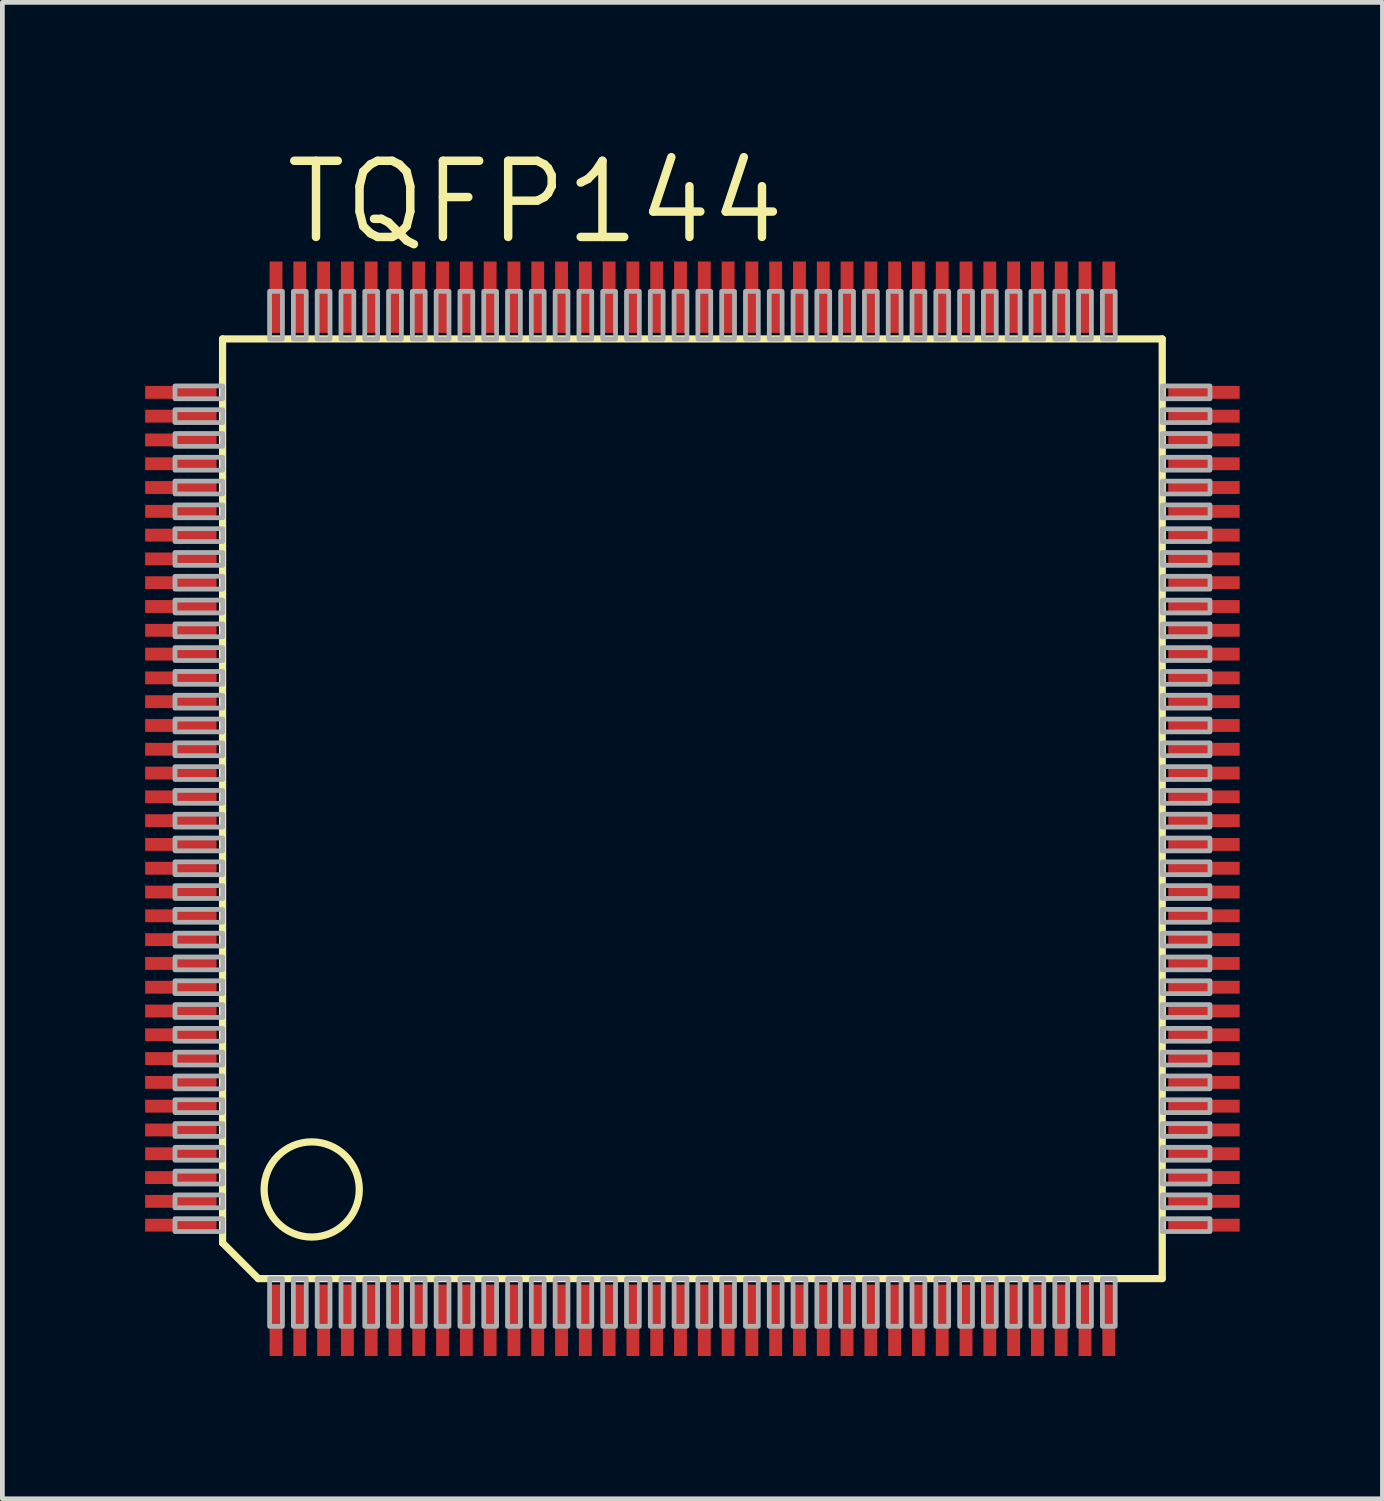
<source format=kicad_pcb>
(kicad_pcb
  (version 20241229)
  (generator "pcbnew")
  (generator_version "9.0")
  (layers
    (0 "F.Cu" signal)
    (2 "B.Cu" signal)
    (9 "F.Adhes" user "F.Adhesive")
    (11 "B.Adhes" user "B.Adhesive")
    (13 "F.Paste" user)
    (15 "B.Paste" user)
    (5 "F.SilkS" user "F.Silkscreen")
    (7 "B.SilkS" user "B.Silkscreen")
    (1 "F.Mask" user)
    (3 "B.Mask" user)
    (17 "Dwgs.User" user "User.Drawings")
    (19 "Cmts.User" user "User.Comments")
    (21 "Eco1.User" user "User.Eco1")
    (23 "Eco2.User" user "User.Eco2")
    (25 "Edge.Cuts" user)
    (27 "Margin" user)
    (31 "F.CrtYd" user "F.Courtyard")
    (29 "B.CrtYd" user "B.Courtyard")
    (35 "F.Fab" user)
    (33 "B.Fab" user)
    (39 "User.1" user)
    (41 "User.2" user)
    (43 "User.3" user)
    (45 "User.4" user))
  (footprint "TQFP144"
    (layer "F.Cu")
    (at 11.5 12.675)
    (property "Reference" "TQFP144" (at -8.636 -10.541 0) (unlocked yes) (layer "F.SilkS") (effects (font (size 1.6 1.6) (thickness 0.178)) (justify left bottom)))
    (fp_line (start -9.873 -8.603) (end 9.873 -8.603) (stroke (width 0.152) (type solid)) (layer "F.SilkS"))
    (fp_line (start -9.873 10.393) (end -9.873 -8.603) (stroke (width 0.152) (type solid)) (layer "F.SilkS"))
    (fp_line (start -9.123 11.143) (end -9.873 10.393) (stroke (width 0.152) (type solid)) (layer "F.SilkS"))
    (fp_line (start 9.873 -8.603) (end 9.873 11.143) (stroke (width 0.152) (type solid)) (layer "F.SilkS"))
    (fp_line (start 9.873 11.143) (end -9.123 11.143) (stroke (width 0.152) (type solid)) (layer "F.SilkS"))
    (fp_circle (center -8 9.27) (end -7 9.27) (stroke (width 0.152) (type solid)) (fill no) (layer "F.SilkS"))
    (fp_poly (pts (xy -10.873 -7.345) (xy -9.87 -7.345) (xy -9.87 -7.615) (xy -10.873 -7.615)) (stroke (width 0.1) (type default)) (fill no) (layer "F.Fab"))
    (fp_poly (pts (xy -10.873 -6.845) (xy -9.87 -6.845) (xy -9.87 -7.115) (xy -10.873 -7.115)) (stroke (width 0.1) (type default)) (fill no) (layer "F.Fab"))
    (fp_poly (pts (xy -10.873 -6.345) (xy -9.87 -6.345) (xy -9.87 -6.615) (xy -10.873 -6.615)) (stroke (width 0.1) (type default)) (fill no) (layer "F.Fab"))
    (fp_poly (pts (xy -10.873 -5.845) (xy -9.87 -5.845) (xy -9.87 -6.115) (xy -10.873 -6.115)) (stroke (width 0.1) (type default)) (fill no) (layer "F.Fab"))
    (fp_poly (pts (xy -10.873 -5.345) (xy -9.87 -5.345) (xy -9.87 -5.615) (xy -10.873 -5.615)) (stroke (width 0.1) (type default)) (fill no) (layer "F.Fab"))
    (fp_poly (pts (xy -10.873 -4.845) (xy -9.87 -4.845) (xy -9.87 -5.115) (xy -10.873 -5.115)) (stroke (width 0.1) (type default)) (fill no) (layer "F.Fab"))
    (fp_poly (pts (xy -10.873 -4.345) (xy -9.87 -4.345) (xy -9.87 -4.615) (xy -10.873 -4.615)) (stroke (width 0.1) (type default)) (fill no) (layer "F.Fab"))
    (fp_poly (pts (xy -10.873 -3.845) (xy -9.87 -3.845) (xy -9.87 -4.115) (xy -10.873 -4.115)) (stroke (width 0.1) (type default)) (fill no) (layer "F.Fab"))
    (fp_poly (pts (xy -10.873 -3.345) (xy -9.87 -3.345) (xy -9.87 -3.615) (xy -10.873 -3.615)) (stroke (width 0.1) (type default)) (fill no) (layer "F.Fab"))
    (fp_poly (pts (xy -10.873 -2.845) (xy -9.87 -2.845) (xy -9.87 -3.115) (xy -10.873 -3.115)) (stroke (width 0.1) (type default)) (fill no) (layer "F.Fab"))
    (fp_poly (pts (xy -10.873 -2.345) (xy -9.87 -2.345) (xy -9.87 -2.615) (xy -10.873 -2.615)) (stroke (width 0.1) (type default)) (fill no) (layer "F.Fab"))
    (fp_poly (pts (xy -10.873 -1.845) (xy -9.87 -1.845) (xy -9.87 -2.115) (xy -10.873 -2.115)) (stroke (width 0.1) (type default)) (fill no) (layer "F.Fab"))
    (fp_poly (pts (xy -10.873 -1.345) (xy -9.87 -1.345) (xy -9.87 -1.615) (xy -10.873 -1.615)) (stroke (width 0.1) (type default)) (fill no) (layer "F.Fab"))
    (fp_poly (pts (xy -10.873 -0.845) (xy -9.87 -0.845) (xy -9.87 -1.115) (xy -10.873 -1.115)) (stroke (width 0.1) (type default)) (fill no) (layer "F.Fab"))
    (fp_poly (pts (xy -10.873 -0.345) (xy -9.87 -0.345) (xy -9.87 -0.615) (xy -10.873 -0.615)) (stroke (width 0.1) (type default)) (fill no) (layer "F.Fab"))
    (fp_poly (pts (xy -10.873 0.155) (xy -9.87 0.155) (xy -9.87 -0.115) (xy -10.873 -0.115)) (stroke (width 0.1) (type default)) (fill no) (layer "F.Fab"))
    (fp_poly (pts (xy -10.873 0.655) (xy -9.87 0.655) (xy -9.87 0.385) (xy -10.873 0.385)) (stroke (width 0.1) (type default)) (fill no) (layer "F.Fab"))
    (fp_poly (pts (xy -10.873 1.155) (xy -9.87 1.155) (xy -9.87 0.885) (xy -10.873 0.885)) (stroke (width 0.1) (type default)) (fill no) (layer "F.Fab"))
    (fp_poly (pts (xy -10.873 1.655) (xy -9.87 1.655) (xy -9.87 1.385) (xy -10.873 1.385)) (stroke (width 0.1) (type default)) (fill no) (layer "F.Fab"))
    (fp_poly (pts (xy -10.873 2.155) (xy -9.87 2.155) (xy -9.87 1.885) (xy -10.873 1.885)) (stroke (width 0.1) (type default)) (fill no) (layer "F.Fab"))
    (fp_poly (pts (xy -10.873 2.655) (xy -9.87 2.655) (xy -9.87 2.385) (xy -10.873 2.385)) (stroke (width 0.1) (type default)) (fill no) (layer "F.Fab"))
    (fp_poly (pts (xy -10.873 3.155) (xy -9.87 3.155) (xy -9.87 2.885) (xy -10.873 2.885)) (stroke (width 0.1) (type default)) (fill no) (layer "F.Fab"))
    (fp_poly (pts (xy -10.873 3.655) (xy -9.87 3.655) (xy -9.87 3.385) (xy -10.873 3.385)) (stroke (width 0.1) (type default)) (fill no) (layer "F.Fab"))
    (fp_poly (pts (xy -10.873 4.155) (xy -9.87 4.155) (xy -9.87 3.885) (xy -10.873 3.885)) (stroke (width 0.1) (type default)) (fill no) (layer "F.Fab"))
    (fp_poly (pts (xy -10.873 4.655) (xy -9.87 4.655) (xy -9.87 4.385) (xy -10.873 4.385)) (stroke (width 0.1) (type default)) (fill no) (layer "F.Fab"))
    (fp_poly (pts (xy -10.873 5.155) (xy -9.87 5.155) (xy -9.87 4.885) (xy -10.873 4.885)) (stroke (width 0.1) (type default)) (fill no) (layer "F.Fab"))
    (fp_poly (pts (xy -10.873 5.655) (xy -9.87 5.655) (xy -9.87 5.385) (xy -10.873 5.385)) (stroke (width 0.1) (type default)) (fill no) (layer "F.Fab"))
    (fp_poly (pts (xy -10.873 6.155) (xy -9.87 6.155) (xy -9.87 5.885) (xy -10.873 5.885)) (stroke (width 0.1) (type default)) (fill no) (layer "F.Fab"))
    (fp_poly (pts (xy -10.873 6.655) (xy -9.87 6.655) (xy -9.87 6.385) (xy -10.873 6.385)) (stroke (width 0.1) (type default)) (fill no) (layer "F.Fab"))
    (fp_poly (pts (xy -10.873 7.155) (xy -9.87 7.155) (xy -9.87 6.885) (xy -10.873 6.885)) (stroke (width 0.1) (type default)) (fill no) (layer "F.Fab"))
    (fp_poly (pts (xy -10.873 7.655) (xy -9.87 7.655) (xy -9.87 7.385) (xy -10.873 7.385)) (stroke (width 0.1) (type default)) (fill no) (layer "F.Fab"))
    (fp_poly (pts (xy -10.873 8.155) (xy -9.87 8.155) (xy -9.87 7.885) (xy -10.873 7.885)) (stroke (width 0.1) (type default)) (fill no) (layer "F.Fab"))
    (fp_poly (pts (xy -10.873 8.655) (xy -9.87 8.655) (xy -9.87 8.385) (xy -10.873 8.385)) (stroke (width 0.1) (type default)) (fill no) (layer "F.Fab"))
    (fp_poly (pts (xy -10.873 9.155) (xy -9.87 9.155) (xy -9.87 8.885) (xy -10.873 8.885)) (stroke (width 0.1) (type default)) (fill no) (layer "F.Fab"))
    (fp_poly (pts (xy -10.873 9.655) (xy -9.87 9.655) (xy -9.87 9.385) (xy -10.873 9.385)) (stroke (width 0.1) (type default)) (fill no) (layer "F.Fab"))
    (fp_poly (pts (xy -10.873 10.155) (xy -9.87 10.155) (xy -9.87 9.885) (xy -10.873 9.885)) (stroke (width 0.1) (type default)) (fill no) (layer "F.Fab"))
    (fp_poly (pts (xy -8.885 -8.601) (xy -8.615 -8.601) (xy -8.615 -9.603) (xy -8.885 -9.603)) (stroke (width 0.1) (type default)) (fill no) (layer "F.Fab"))
    (fp_poly (pts (xy -8.885 12.146) (xy -8.615 12.146) (xy -8.615 11.143) (xy -8.885 11.143)) (stroke (width 0.1) (type default)) (fill no) (layer "F.Fab"))
    (fp_poly (pts (xy -8.385 -8.601) (xy -8.115 -8.601) (xy -8.115 -9.603) (xy -8.385 -9.603)) (stroke (width 0.1) (type default)) (fill no) (layer "F.Fab"))
    (fp_poly (pts (xy -8.385 12.146) (xy -8.115 12.146) (xy -8.115 11.143) (xy -8.385 11.143)) (stroke (width 0.1) (type default)) (fill no) (layer "F.Fab"))
    (fp_poly (pts (xy -7.885 -8.601) (xy -7.615 -8.601) (xy -7.615 -9.603) (xy -7.885 -9.603)) (stroke (width 0.1) (type default)) (fill no) (layer "F.Fab"))
    (fp_poly (pts (xy -7.885 12.146) (xy -7.615 12.146) (xy -7.615 11.143) (xy -7.885 11.143)) (stroke (width 0.1) (type default)) (fill no) (layer "F.Fab"))
    (fp_poly (pts (xy -7.385 -8.601) (xy -7.115 -8.601) (xy -7.115 -9.603) (xy -7.385 -9.603)) (stroke (width 0.1) (type default)) (fill no) (layer "F.Fab"))
    (fp_poly (pts (xy -7.385 12.146) (xy -7.115 12.146) (xy -7.115 11.143) (xy -7.385 11.143)) (stroke (width 0.1) (type default)) (fill no) (layer "F.Fab"))
    (fp_poly (pts (xy -6.885 -8.601) (xy -6.615 -8.601) (xy -6.615 -9.603) (xy -6.885 -9.603)) (stroke (width 0.1) (type default)) (fill no) (layer "F.Fab"))
    (fp_poly (pts (xy -6.885 12.146) (xy -6.615 12.146) (xy -6.615 11.143) (xy -6.885 11.143)) (stroke (width 0.1) (type default)) (fill no) (layer "F.Fab"))
    (fp_poly (pts (xy -6.385 -8.601) (xy -6.115 -8.601) (xy -6.115 -9.603) (xy -6.385 -9.603)) (stroke (width 0.1) (type default)) (fill no) (layer "F.Fab"))
    (fp_poly (pts (xy -6.385 12.146) (xy -6.115 12.146) (xy -6.115 11.143) (xy -6.385 11.143)) (stroke (width 0.1) (type default)) (fill no) (layer "F.Fab"))
    (fp_poly (pts (xy -5.885 -8.601) (xy -5.615 -8.601) (xy -5.615 -9.603) (xy -5.885 -9.603)) (stroke (width 0.1) (type default)) (fill no) (layer "F.Fab"))
    (fp_poly (pts (xy -5.885 12.146) (xy -5.615 12.146) (xy -5.615 11.143) (xy -5.885 11.143)) (stroke (width 0.1) (type default)) (fill no) (layer "F.Fab"))
    (fp_poly (pts (xy -5.385 -8.601) (xy -5.115 -8.601) (xy -5.115 -9.603) (xy -5.385 -9.603)) (stroke (width 0.1) (type default)) (fill no) (layer "F.Fab"))
    (fp_poly (pts (xy -5.385 12.146) (xy -5.115 12.146) (xy -5.115 11.143) (xy -5.385 11.143)) (stroke (width 0.1) (type default)) (fill no) (layer "F.Fab"))
    (fp_poly (pts (xy -4.885 -8.601) (xy -4.615 -8.601) (xy -4.615 -9.603) (xy -4.885 -9.603)) (stroke (width 0.1) (type default)) (fill no) (layer "F.Fab"))
    (fp_poly (pts (xy -4.885 12.146) (xy -4.615 12.146) (xy -4.615 11.143) (xy -4.885 11.143)) (stroke (width 0.1) (type default)) (fill no) (layer "F.Fab"))
    (fp_poly (pts (xy -4.385 -8.601) (xy -4.115 -8.601) (xy -4.115 -9.603) (xy -4.385 -9.603)) (stroke (width 0.1) (type default)) (fill no) (layer "F.Fab"))
    (fp_poly (pts (xy -4.385 12.146) (xy -4.115 12.146) (xy -4.115 11.143) (xy -4.385 11.143)) (stroke (width 0.1) (type default)) (fill no) (layer "F.Fab"))
    (fp_poly (pts (xy -3.885 -8.601) (xy -3.615 -8.601) (xy -3.615 -9.603) (xy -3.885 -9.603)) (stroke (width 0.1) (type default)) (fill no) (layer "F.Fab"))
    (fp_poly (pts (xy -3.885 12.146) (xy -3.615 12.146) (xy -3.615 11.143) (xy -3.885 11.143)) (stroke (width 0.1) (type default)) (fill no) (layer "F.Fab"))
    (fp_poly (pts (xy -3.385 -8.601) (xy -3.115 -8.601) (xy -3.115 -9.603) (xy -3.385 -9.603)) (stroke (width 0.1) (type default)) (fill no) (layer "F.Fab"))
    (fp_poly (pts (xy -3.385 12.146) (xy -3.115 12.146) (xy -3.115 11.143) (xy -3.385 11.143)) (stroke (width 0.1) (type default)) (fill no) (layer "F.Fab"))
    (fp_poly (pts (xy -2.885 -8.601) (xy -2.615 -8.601) (xy -2.615 -9.603) (xy -2.885 -9.603)) (stroke (width 0.1) (type default)) (fill no) (layer "F.Fab"))
    (fp_poly (pts (xy -2.885 12.146) (xy -2.615 12.146) (xy -2.615 11.143) (xy -2.885 11.143)) (stroke (width 0.1) (type default)) (fill no) (layer "F.Fab"))
    (fp_poly (pts (xy -2.385 -8.601) (xy -2.115 -8.601) (xy -2.115 -9.603) (xy -2.385 -9.603)) (stroke (width 0.1) (type default)) (fill no) (layer "F.Fab"))
    (fp_poly (pts (xy -2.385 12.146) (xy -2.115 12.146) (xy -2.115 11.143) (xy -2.385 11.143)) (stroke (width 0.1) (type default)) (fill no) (layer "F.Fab"))
    (fp_poly (pts (xy -1.885 -8.601) (xy -1.615 -8.601) (xy -1.615 -9.603) (xy -1.885 -9.603)) (stroke (width 0.1) (type default)) (fill no) (layer "F.Fab"))
    (fp_poly (pts (xy -1.885 12.146) (xy -1.615 12.146) (xy -1.615 11.143) (xy -1.885 11.143)) (stroke (width 0.1) (type default)) (fill no) (layer "F.Fab"))
    (fp_poly (pts (xy -1.385 -8.601) (xy -1.115 -8.601) (xy -1.115 -9.603) (xy -1.385 -9.603)) (stroke (width 0.1) (type default)) (fill no) (layer "F.Fab"))
    (fp_poly (pts (xy -1.385 12.146) (xy -1.115 12.146) (xy -1.115 11.143) (xy -1.385 11.143)) (stroke (width 0.1) (type default)) (fill no) (layer "F.Fab"))
    (fp_poly (pts (xy -0.885 -8.601) (xy -0.615 -8.601) (xy -0.615 -9.603) (xy -0.885 -9.603)) (stroke (width 0.1) (type default)) (fill no) (layer "F.Fab"))
    (fp_poly (pts (xy -0.885 12.146) (xy -0.615 12.146) (xy -0.615 11.143) (xy -0.885 11.143)) (stroke (width 0.1) (type default)) (fill no) (layer "F.Fab"))
    (fp_poly (pts (xy -0.385 -8.601) (xy -0.115 -8.601) (xy -0.115 -9.603) (xy -0.385 -9.603)) (stroke (width 0.1) (type default)) (fill no) (layer "F.Fab"))
    (fp_poly (pts (xy -0.385 12.146) (xy -0.115 12.146) (xy -0.115 11.143) (xy -0.385 11.143)) (stroke (width 0.1) (type default)) (fill no) (layer "F.Fab"))
    (fp_poly (pts (xy 0.115 -8.601) (xy 0.385 -8.601) (xy 0.385 -9.603) (xy 0.115 -9.603)) (stroke (width 0.1) (type default)) (fill no) (layer "F.Fab"))
    (fp_poly (pts (xy 0.115 12.146) (xy 0.385 12.146) (xy 0.385 11.143) (xy 0.115 11.143)) (stroke (width 0.1) (type default)) (fill no) (layer "F.Fab"))
    (fp_poly (pts (xy 0.615 -8.601) (xy 0.885 -8.601) (xy 0.885 -9.603) (xy 0.615 -9.603)) (stroke (width 0.1) (type default)) (fill no) (layer "F.Fab"))
    (fp_poly (pts (xy 0.615 12.146) (xy 0.885 12.146) (xy 0.885 11.143) (xy 0.615 11.143)) (stroke (width 0.1) (type default)) (fill no) (layer "F.Fab"))
    (fp_poly (pts (xy 1.115 -8.601) (xy 1.385 -8.601) (xy 1.385 -9.603) (xy 1.115 -9.603)) (stroke (width 0.1) (type default)) (fill no) (layer "F.Fab"))
    (fp_poly (pts (xy 1.115 12.146) (xy 1.385 12.146) (xy 1.385 11.143) (xy 1.115 11.143)) (stroke (width 0.1) (type default)) (fill no) (layer "F.Fab"))
    (fp_poly (pts (xy 1.615 -8.601) (xy 1.885 -8.601) (xy 1.885 -9.603) (xy 1.615 -9.603)) (stroke (width 0.1) (type default)) (fill no) (layer "F.Fab"))
    (fp_poly (pts (xy 1.615 12.146) (xy 1.885 12.146) (xy 1.885 11.143) (xy 1.615 11.143)) (stroke (width 0.1) (type default)) (fill no) (layer "F.Fab"))
    (fp_poly (pts (xy 2.115 -8.601) (xy 2.385 -8.601) (xy 2.385 -9.603) (xy 2.115 -9.603)) (stroke (width 0.1) (type default)) (fill no) (layer "F.Fab"))
    (fp_poly (pts (xy 2.115 12.146) (xy 2.385 12.146) (xy 2.385 11.143) (xy 2.115 11.143)) (stroke (width 0.1) (type default)) (fill no) (layer "F.Fab"))
    (fp_poly (pts (xy 2.615 -8.601) (xy 2.885 -8.601) (xy 2.885 -9.603) (xy 2.615 -9.603)) (stroke (width 0.1) (type default)) (fill no) (layer "F.Fab"))
    (fp_poly (pts (xy 2.615 12.146) (xy 2.885 12.146) (xy 2.885 11.143) (xy 2.615 11.143)) (stroke (width 0.1) (type default)) (fill no) (layer "F.Fab"))
    (fp_poly (pts (xy 3.115 -8.601) (xy 3.385 -8.601) (xy 3.385 -9.603) (xy 3.115 -9.603)) (stroke (width 0.1) (type default)) (fill no) (layer "F.Fab"))
    (fp_poly (pts (xy 3.115 12.146) (xy 3.385 12.146) (xy 3.385 11.143) (xy 3.115 11.143)) (stroke (width 0.1) (type default)) (fill no) (layer "F.Fab"))
    (fp_poly (pts (xy 3.615 -8.601) (xy 3.885 -8.601) (xy 3.885 -9.603) (xy 3.615 -9.603)) (stroke (width 0.1) (type default)) (fill no) (layer "F.Fab"))
    (fp_poly (pts (xy 3.615 12.146) (xy 3.885 12.146) (xy 3.885 11.143) (xy 3.615 11.143)) (stroke (width 0.1) (type default)) (fill no) (layer "F.Fab"))
    (fp_poly (pts (xy 4.115 -8.601) (xy 4.385 -8.601) (xy 4.385 -9.603) (xy 4.115 -9.603)) (stroke (width 0.1) (type default)) (fill no) (layer "F.Fab"))
    (fp_poly (pts (xy 4.115 12.146) (xy 4.385 12.146) (xy 4.385 11.143) (xy 4.115 11.143)) (stroke (width 0.1) (type default)) (fill no) (layer "F.Fab"))
    (fp_poly (pts (xy 4.615 -8.601) (xy 4.885 -8.601) (xy 4.885 -9.603) (xy 4.615 -9.603)) (stroke (width 0.1) (type default)) (fill no) (layer "F.Fab"))
    (fp_poly (pts (xy 4.615 12.146) (xy 4.885 12.146) (xy 4.885 11.143) (xy 4.615 11.143)) (stroke (width 0.1) (type default)) (fill no) (layer "F.Fab"))
    (fp_poly (pts (xy 5.115 -8.601) (xy 5.385 -8.601) (xy 5.385 -9.603) (xy 5.115 -9.603)) (stroke (width 0.1) (type default)) (fill no) (layer "F.Fab"))
    (fp_poly (pts (xy 5.115 12.146) (xy 5.385 12.146) (xy 5.385 11.143) (xy 5.115 11.143)) (stroke (width 0.1) (type default)) (fill no) (layer "F.Fab"))
    (fp_poly (pts (xy 5.615 -8.601) (xy 5.885 -8.601) (xy 5.885 -9.603) (xy 5.615 -9.603)) (stroke (width 0.1) (type default)) (fill no) (layer "F.Fab"))
    (fp_poly (pts (xy 5.615 12.146) (xy 5.885 12.146) (xy 5.885 11.143) (xy 5.615 11.143)) (stroke (width 0.1) (type default)) (fill no) (layer "F.Fab"))
    (fp_poly (pts (xy 6.115 -8.601) (xy 6.385 -8.601) (xy 6.385 -9.603) (xy 6.115 -9.603)) (stroke (width 0.1) (type default)) (fill no) (layer "F.Fab"))
    (fp_poly (pts (xy 6.115 12.146) (xy 6.385 12.146) (xy 6.385 11.143) (xy 6.115 11.143)) (stroke (width 0.1) (type default)) (fill no) (layer "F.Fab"))
    (fp_poly (pts (xy 6.615 -8.601) (xy 6.885 -8.601) (xy 6.885 -9.603) (xy 6.615 -9.603)) (stroke (width 0.1) (type default)) (fill no) (layer "F.Fab"))
    (fp_poly (pts (xy 6.615 12.146) (xy 6.885 12.146) (xy 6.885 11.143) (xy 6.615 11.143)) (stroke (width 0.1) (type default)) (fill no) (layer "F.Fab"))
    (fp_poly (pts (xy 7.115 -8.601) (xy 7.385 -8.601) (xy 7.385 -9.603) (xy 7.115 -9.603)) (stroke (width 0.1) (type default)) (fill no) (layer "F.Fab"))
    (fp_poly (pts (xy 7.115 12.146) (xy 7.385 12.146) (xy 7.385 11.143) (xy 7.115 11.143)) (stroke (width 0.1) (type default)) (fill no) (layer "F.Fab"))
    (fp_poly (pts (xy 7.615 -8.601) (xy 7.885 -8.601) (xy 7.885 -9.603) (xy 7.615 -9.603)) (stroke (width 0.1) (type default)) (fill no) (layer "F.Fab"))
    (fp_poly (pts (xy 7.615 12.146) (xy 7.885 12.146) (xy 7.885 11.143) (xy 7.615 11.143)) (stroke (width 0.1) (type default)) (fill no) (layer "F.Fab"))
    (fp_poly (pts (xy 8.115 -8.601) (xy 8.385 -8.601) (xy 8.385 -9.603) (xy 8.115 -9.603)) (stroke (width 0.1) (type default)) (fill no) (layer "F.Fab"))
    (fp_poly (pts (xy 8.115 12.146) (xy 8.385 12.146) (xy 8.385 11.143) (xy 8.115 11.143)) (stroke (width 0.1) (type default)) (fill no) (layer "F.Fab"))
    (fp_poly (pts (xy 8.615 -8.601) (xy 8.885 -8.601) (xy 8.885 -9.603) (xy 8.615 -9.603)) (stroke (width 0.1) (type default)) (fill no) (layer "F.Fab"))
    (fp_poly (pts (xy 8.615 12.146) (xy 8.885 12.146) (xy 8.885 11.143) (xy 8.615 11.143)) (stroke (width 0.1) (type default)) (fill no) (layer "F.Fab"))
    (fp_poly (pts (xy 9.873 -7.345) (xy 10.876 -7.345) (xy 10.876 -7.615) (xy 9.873 -7.615)) (stroke (width 0.1) (type default)) (fill no) (layer "F.Fab"))
    (fp_poly (pts (xy 9.873 -6.845) (xy 10.876 -6.845) (xy 10.876 -7.115) (xy 9.873 -7.115)) (stroke (width 0.1) (type default)) (fill no) (layer "F.Fab"))
    (fp_poly (pts (xy 9.873 -6.345) (xy 10.876 -6.345) (xy 10.876 -6.615) (xy 9.873 -6.615)) (stroke (width 0.1) (type default)) (fill no) (layer "F.Fab"))
    (fp_poly (pts (xy 9.873 -5.845) (xy 10.876 -5.845) (xy 10.876 -6.115) (xy 9.873 -6.115)) (stroke (width 0.1) (type default)) (fill no) (layer "F.Fab"))
    (fp_poly (pts (xy 9.873 -5.345) (xy 10.876 -5.345) (xy 10.876 -5.615) (xy 9.873 -5.615)) (stroke (width 0.1) (type default)) (fill no) (layer "F.Fab"))
    (fp_poly (pts (xy 9.873 -4.845) (xy 10.876 -4.845) (xy 10.876 -5.115) (xy 9.873 -5.115)) (stroke (width 0.1) (type default)) (fill no) (layer "F.Fab"))
    (fp_poly (pts (xy 9.873 -4.345) (xy 10.876 -4.345) (xy 10.876 -4.615) (xy 9.873 -4.615)) (stroke (width 0.1) (type default)) (fill no) (layer "F.Fab"))
    (fp_poly (pts (xy 9.873 -3.845) (xy 10.876 -3.845) (xy 10.876 -4.115) (xy 9.873 -4.115)) (stroke (width 0.1) (type default)) (fill no) (layer "F.Fab"))
    (fp_poly (pts (xy 9.873 -3.345) (xy 10.876 -3.345) (xy 10.876 -3.615) (xy 9.873 -3.615)) (stroke (width 0.1) (type default)) (fill no) (layer "F.Fab"))
    (fp_poly (pts (xy 9.873 -2.845) (xy 10.876 -2.845) (xy 10.876 -3.115) (xy 9.873 -3.115)) (stroke (width 0.1) (type default)) (fill no) (layer "F.Fab"))
    (fp_poly (pts (xy 9.873 -2.345) (xy 10.876 -2.345) (xy 10.876 -2.615) (xy 9.873 -2.615)) (stroke (width 0.1) (type default)) (fill no) (layer "F.Fab"))
    (fp_poly (pts (xy 9.873 -1.845) (xy 10.876 -1.845) (xy 10.876 -2.115) (xy 9.873 -2.115)) (stroke (width 0.1) (type default)) (fill no) (layer "F.Fab"))
    (fp_poly (pts (xy 9.873 -1.345) (xy 10.876 -1.345) (xy 10.876 -1.615) (xy 9.873 -1.615)) (stroke (width 0.1) (type default)) (fill no) (layer "F.Fab"))
    (fp_poly (pts (xy 9.873 -0.845) (xy 10.876 -0.845) (xy 10.876 -1.115) (xy 9.873 -1.115)) (stroke (width 0.1) (type default)) (fill no) (layer "F.Fab"))
    (fp_poly (pts (xy 9.873 -0.345) (xy 10.876 -0.345) (xy 10.876 -0.615) (xy 9.873 -0.615)) (stroke (width 0.1) (type default)) (fill no) (layer "F.Fab"))
    (fp_poly (pts (xy 9.873 0.155) (xy 10.876 0.155) (xy 10.876 -0.115) (xy 9.873 -0.115)) (stroke (width 0.1) (type default)) (fill no) (layer "F.Fab"))
    (fp_poly (pts (xy 9.873 0.655) (xy 10.876 0.655) (xy 10.876 0.385) (xy 9.873 0.385)) (stroke (width 0.1) (type default)) (fill no) (layer "F.Fab"))
    (fp_poly (pts (xy 9.873 1.155) (xy 10.876 1.155) (xy 10.876 0.885) (xy 9.873 0.885)) (stroke (width 0.1) (type default)) (fill no) (layer "F.Fab"))
    (fp_poly (pts (xy 9.873 1.655) (xy 10.876 1.655) (xy 10.876 1.385) (xy 9.873 1.385)) (stroke (width 0.1) (type default)) (fill no) (layer "F.Fab"))
    (fp_poly (pts (xy 9.873 2.155) (xy 10.876 2.155) (xy 10.876 1.885) (xy 9.873 1.885)) (stroke (width 0.1) (type default)) (fill no) (layer "F.Fab"))
    (fp_poly (pts (xy 9.873 2.655) (xy 10.876 2.655) (xy 10.876 2.385) (xy 9.873 2.385)) (stroke (width 0.1) (type default)) (fill no) (layer "F.Fab"))
    (fp_poly (pts (xy 9.873 3.155) (xy 10.876 3.155) (xy 10.876 2.885) (xy 9.873 2.885)) (stroke (width 0.1) (type default)) (fill no) (layer "F.Fab"))
    (fp_poly (pts (xy 9.873 3.655) (xy 10.876 3.655) (xy 10.876 3.385) (xy 9.873 3.385)) (stroke (width 0.1) (type default)) (fill no) (layer "F.Fab"))
    (fp_poly (pts (xy 9.873 4.155) (xy 10.876 4.155) (xy 10.876 3.885) (xy 9.873 3.885)) (stroke (width 0.1) (type default)) (fill no) (layer "F.Fab"))
    (fp_poly (pts (xy 9.873 4.655) (xy 10.876 4.655) (xy 10.876 4.385) (xy 9.873 4.385)) (stroke (width 0.1) (type default)) (fill no) (layer "F.Fab"))
    (fp_poly (pts (xy 9.873 5.155) (xy 10.876 5.155) (xy 10.876 4.885) (xy 9.873 4.885)) (stroke (width 0.1) (type default)) (fill no) (layer "F.Fab"))
    (fp_poly (pts (xy 9.873 5.655) (xy 10.876 5.655) (xy 10.876 5.385) (xy 9.873 5.385)) (stroke (width 0.1) (type default)) (fill no) (layer "F.Fab"))
    (fp_poly (pts (xy 9.873 6.155) (xy 10.876 6.155) (xy 10.876 5.885) (xy 9.873 5.885)) (stroke (width 0.1) (type default)) (fill no) (layer "F.Fab"))
    (fp_poly (pts (xy 9.873 6.655) (xy 10.876 6.655) (xy 10.876 6.385) (xy 9.873 6.385)) (stroke (width 0.1) (type default)) (fill no) (layer "F.Fab"))
    (fp_poly (pts (xy 9.873 7.155) (xy 10.876 7.155) (xy 10.876 6.885) (xy 9.873 6.885)) (stroke (width 0.1) (type default)) (fill no) (layer "F.Fab"))
    (fp_poly (pts (xy 9.873 7.655) (xy 10.876 7.655) (xy 10.876 7.385) (xy 9.873 7.385)) (stroke (width 0.1) (type default)) (fill no) (layer "F.Fab"))
    (fp_poly (pts (xy 9.873 8.155) (xy 10.876 8.155) (xy 10.876 7.885) (xy 9.873 7.885)) (stroke (width 0.1) (type default)) (fill no) (layer "F.Fab"))
    (fp_poly (pts (xy 9.873 8.655) (xy 10.876 8.655) (xy 10.876 8.385) (xy 9.873 8.385)) (stroke (width 0.1) (type default)) (fill no) (layer "F.Fab"))
    (fp_poly (pts (xy 9.873 9.155) (xy 10.876 9.155) (xy 10.876 8.885) (xy 9.873 8.885)) (stroke (width 0.1) (type default)) (fill no) (layer "F.Fab"))
    (fp_poly (pts (xy 9.873 9.655) (xy 10.876 9.655) (xy 10.876 9.385) (xy 9.873 9.385)) (stroke (width 0.1) (type default)) (fill no) (layer "F.Fab"))
    (fp_poly (pts (xy 9.873 10.155) (xy 10.876 10.155) (xy 10.876 9.885) (xy 9.873 9.885)) (stroke (width 0.1) (type default)) (fill no) (layer "F.Fab"))
    (pad "1" smd rect (at -8.75 12.02) (size 0.27 1.5) (layers "F.Cu" "F.Mask" "F.Paste"))
    (pad "2" smd rect (at -8.25 12.02) (size 0.27 1.5) (layers "F.Cu" "F.Mask" "F.Paste"))
    (pad "3" smd rect (at -7.75 12.02) (size 0.27 1.5) (layers "F.Cu" "F.Mask" "F.Paste"))
    (pad "4" smd rect (at -7.25 12.02) (size 0.27 1.5) (layers "F.Cu" "F.Mask" "F.Paste"))
    (pad "5" smd rect (at -6.75 12.02) (size 0.27 1.5) (layers "F.Cu" "F.Mask" "F.Paste"))
    (pad "6" smd rect (at -6.25 12.02) (size 0.27 1.5) (layers "F.Cu" "F.Mask" "F.Paste"))
    (pad "7" smd rect (at -5.75 12.02) (size 0.27 1.5) (layers "F.Cu" "F.Mask" "F.Paste"))
    (pad "8" smd rect (at -5.25 12.02) (size 0.27 1.5) (layers "F.Cu" "F.Mask" "F.Paste"))
    (pad "9" smd rect (at -4.75 12.02) (size 0.27 1.5) (layers "F.Cu" "F.Mask" "F.Paste"))
    (pad "10" smd rect (at -4.25 12.02) (size 0.27 1.5) (layers "F.Cu" "F.Mask" "F.Paste"))
    (pad "11" smd rect (at -3.75 12.02) (size 0.27 1.5) (layers "F.Cu" "F.Mask" "F.Paste"))
    (pad "12" smd rect (at -3.25 12.02) (size 0.27 1.5) (layers "F.Cu" "F.Mask" "F.Paste"))
    (pad "13" smd rect (at -2.75 12.02) (size 0.27 1.5) (layers "F.Cu" "F.Mask" "F.Paste"))
    (pad "14" smd rect (at -2.25 12.02) (size 0.27 1.5) (layers "F.Cu" "F.Mask" "F.Paste"))
    (pad "15" smd rect (at -1.75 12.02) (size 0.27 1.5) (layers "F.Cu" "F.Mask" "F.Paste"))
    (pad "16" smd rect (at -1.25 12.02) (size 0.27 1.5) (layers "F.Cu" "F.Mask" "F.Paste"))
    (pad "17" smd rect (at -0.75 12.02) (size 0.27 1.5) (layers "F.Cu" "F.Mask" "F.Paste"))
    (pad "18" smd rect (at -0.25 12.02) (size 0.27 1.5) (layers "F.Cu" "F.Mask" "F.Paste"))
    (pad "19" smd rect (at 0.25 12.02) (size 0.27 1.5) (layers "F.Cu" "F.Mask" "F.Paste"))
    (pad "20" smd rect (at 0.75 12.02) (size 0.27 1.5) (layers "F.Cu" "F.Mask" "F.Paste"))
    (pad "21" smd rect (at 1.25 12.02) (size 0.27 1.5) (layers "F.Cu" "F.Mask" "F.Paste"))
    (pad "22" smd rect (at 1.75 12.02) (size 0.27 1.5) (layers "F.Cu" "F.Mask" "F.Paste"))
    (pad "23" smd rect (at 2.25 12.02) (size 0.27 1.5) (layers "F.Cu" "F.Mask" "F.Paste"))
    (pad "24" smd rect (at 2.75 12.02) (size 0.27 1.5) (layers "F.Cu" "F.Mask" "F.Paste"))
    (pad "25" smd rect (at 3.25 12.02) (size 0.27 1.5) (layers "F.Cu" "F.Mask" "F.Paste"))
    (pad "26" smd rect (at 3.75 12.02) (size 0.27 1.5) (layers "F.Cu" "F.Mask" "F.Paste"))
    (pad "27" smd rect (at 4.25 12.02) (size 0.27 1.5) (layers "F.Cu" "F.Mask" "F.Paste"))
    (pad "28" smd rect (at 4.75 12.02) (size 0.27 1.5) (layers "F.Cu" "F.Mask" "F.Paste"))
    (pad "29" smd rect (at 5.25 12.02) (size 0.27 1.5) (layers "F.Cu" "F.Mask" "F.Paste"))
    (pad "30" smd rect (at 5.75 12.02) (size 0.27 1.5) (layers "F.Cu" "F.Mask" "F.Paste"))
    (pad "31" smd rect (at 6.25 12.02) (size 0.27 1.5) (layers "F.Cu" "F.Mask" "F.Paste"))
    (pad "32" smd rect (at 6.75 12.02) (size 0.27 1.5) (layers "F.Cu" "F.Mask" "F.Paste"))
    (pad "33" smd rect (at 7.25 12.02) (size 0.27 1.5) (layers "F.Cu" "F.Mask" "F.Paste"))
    (pad "34" smd rect (at 7.75 12.02) (size 0.27 1.5) (layers "F.Cu" "F.Mask" "F.Paste"))
    (pad "35" smd rect (at 8.25 12.02) (size 0.27 1.5) (layers "F.Cu" "F.Mask" "F.Paste"))
    (pad "36" smd rect (at 8.75 12.02) (size 0.27 1.5) (layers "F.Cu" "F.Mask" "F.Paste"))
    (pad "37" smd rect (at 10.75 10.02) (size 1.5 0.27) (layers "F.Cu" "F.Mask" "F.Paste"))
    (pad "38" smd rect (at 10.75 9.52) (size 1.5 0.27) (layers "F.Cu" "F.Mask" "F.Paste"))
    (pad "39" smd rect (at 10.75 9.02) (size 1.5 0.27) (layers "F.Cu" "F.Mask" "F.Paste"))
    (pad "40" smd rect (at 10.75 8.52) (size 1.5 0.27) (layers "F.Cu" "F.Mask" "F.Paste"))
    (pad "41" smd rect (at 10.75 8.02) (size 1.5 0.27) (layers "F.Cu" "F.Mask" "F.Paste"))
    (pad "42" smd rect (at 10.75 7.52) (size 1.5 0.27) (layers "F.Cu" "F.Mask" "F.Paste"))
    (pad "43" smd rect (at 10.75 7.02) (size 1.5 0.27) (layers "F.Cu" "F.Mask" "F.Paste"))
    (pad "44" smd rect (at 10.75 6.52) (size 1.5 0.27) (layers "F.Cu" "F.Mask" "F.Paste"))
    (pad "45" smd rect (at 10.75 6.02) (size 1.5 0.27) (layers "F.Cu" "F.Mask" "F.Paste"))
    (pad "46" smd rect (at 10.75 5.52) (size 1.5 0.27) (layers "F.Cu" "F.Mask" "F.Paste"))
    (pad "47" smd rect (at 10.75 5.02) (size 1.5 0.27) (layers "F.Cu" "F.Mask" "F.Paste"))
    (pad "48" smd rect (at 10.75 4.52) (size 1.5 0.27) (layers "F.Cu" "F.Mask" "F.Paste"))
    (pad "49" smd rect (at 10.75 4.02) (size 1.5 0.27) (layers "F.Cu" "F.Mask" "F.Paste"))
    (pad "50" smd rect (at 10.75 3.52) (size 1.5 0.27) (layers "F.Cu" "F.Mask" "F.Paste"))
    (pad "51" smd rect (at 10.75 3.02) (size 1.5 0.27) (layers "F.Cu" "F.Mask" "F.Paste"))
    (pad "52" smd rect (at 10.75 2.52) (size 1.5 0.27) (layers "F.Cu" "F.Mask" "F.Paste"))
    (pad "53" smd rect (at 10.75 2.02) (size 1.5 0.27) (layers "F.Cu" "F.Mask" "F.Paste"))
    (pad "54" smd rect (at 10.75 1.52) (size 1.5 0.27) (layers "F.Cu" "F.Mask" "F.Paste"))
    (pad "55" smd rect (at 10.75 1.02) (size 1.5 0.27) (layers "F.Cu" "F.Mask" "F.Paste"))
    (pad "56" smd rect (at 10.75 0.52) (size 1.5 0.27) (layers "F.Cu" "F.Mask" "F.Paste"))
    (pad "57" smd rect (at 10.75 0.02) (size 1.5 0.27) (layers "F.Cu" "F.Mask" "F.Paste"))
    (pad "58" smd rect (at 10.75 -0.48) (size 1.5 0.27) (layers "F.Cu" "F.Mask" "F.Paste"))
    (pad "59" smd rect (at 10.75 -0.98) (size 1.5 0.27) (layers "F.Cu" "F.Mask" "F.Paste"))
    (pad "60" smd rect (at 10.75 -1.48) (size 1.5 0.27) (layers "F.Cu" "F.Mask" "F.Paste"))
    (pad "61" smd rect (at 10.75 -1.98) (size 1.5 0.27) (layers "F.Cu" "F.Mask" "F.Paste"))
    (pad "62" smd rect (at 10.75 -2.48) (size 1.5 0.27) (layers "F.Cu" "F.Mask" "F.Paste"))
    (pad "63" smd rect (at 10.75 -2.98) (size 1.5 0.27) (layers "F.Cu" "F.Mask" "F.Paste"))
    (pad "64" smd rect (at 10.75 -3.48) (size 1.5 0.27) (layers "F.Cu" "F.Mask" "F.Paste"))
    (pad "65" smd rect (at 10.75 -3.98) (size 1.5 0.27) (layers "F.Cu" "F.Mask" "F.Paste"))
    (pad "66" smd rect (at 10.75 -4.48) (size 1.5 0.27) (layers "F.Cu" "F.Mask" "F.Paste"))
    (pad "67" smd rect (at 10.75 -4.98) (size 1.5 0.27) (layers "F.Cu" "F.Mask" "F.Paste"))
    (pad "68" smd rect (at 10.75 -5.48) (size 1.5 0.27) (layers "F.Cu" "F.Mask" "F.Paste"))
    (pad "69" smd rect (at 10.75 -5.98) (size 1.5 0.27) (layers "F.Cu" "F.Mask" "F.Paste"))
    (pad "70" smd rect (at 10.75 -6.48) (size 1.5 0.27) (layers "F.Cu" "F.Mask" "F.Paste"))
    (pad "71" smd rect (at 10.75 -6.98) (size 1.5 0.27) (layers "F.Cu" "F.Mask" "F.Paste"))
    (pad "72" smd rect (at 10.75 -7.48) (size 1.5 0.27) (layers "F.Cu" "F.Mask" "F.Paste"))
    (pad "73" smd rect (at 8.75 -9.48) (size 0.27 1.5) (layers "F.Cu" "F.Mask" "F.Paste"))
    (pad "74" smd rect (at 8.25 -9.48) (size 0.27 1.5) (layers "F.Cu" "F.Mask" "F.Paste"))
    (pad "75" smd rect (at 7.75 -9.48) (size 0.27 1.5) (layers "F.Cu" "F.Mask" "F.Paste"))
    (pad "76" smd rect (at 7.25 -9.48) (size 0.27 1.5) (layers "F.Cu" "F.Mask" "F.Paste"))
    (pad "77" smd rect (at 6.75 -9.48) (size 0.27 1.5) (layers "F.Cu" "F.Mask" "F.Paste"))
    (pad "78" smd rect (at 6.25 -9.48) (size 0.27 1.5) (layers "F.Cu" "F.Mask" "F.Paste"))
    (pad "79" smd rect (at 5.75 -9.48) (size 0.27 1.5) (layers "F.Cu" "F.Mask" "F.Paste"))
    (pad "80" smd rect (at 5.25 -9.48) (size 0.27 1.5) (layers "F.Cu" "F.Mask" "F.Paste"))
    (pad "81" smd rect (at 4.75 -9.48) (size 0.27 1.5) (layers "F.Cu" "F.Mask" "F.Paste"))
    (pad "82" smd rect (at 4.25 -9.48) (size 0.27 1.5) (layers "F.Cu" "F.Mask" "F.Paste"))
    (pad "83" smd rect (at 3.75 -9.48) (size 0.27 1.5) (layers "F.Cu" "F.Mask" "F.Paste"))
    (pad "84" smd rect (at 3.25 -9.48) (size 0.27 1.5) (layers "F.Cu" "F.Mask" "F.Paste"))
    (pad "85" smd rect (at 2.75 -9.48) (size 0.27 1.5) (layers "F.Cu" "F.Mask" "F.Paste"))
    (pad "86" smd rect (at 2.25 -9.48) (size 0.27 1.5) (layers "F.Cu" "F.Mask" "F.Paste"))
    (pad "87" smd rect (at 1.75 -9.48) (size 0.27 1.5) (layers "F.Cu" "F.Mask" "F.Paste"))
    (pad "88" smd rect (at 1.25 -9.48) (size 0.27 1.5) (layers "F.Cu" "F.Mask" "F.Paste"))
    (pad "89" smd rect (at 0.75 -9.48) (size 0.27 1.5) (layers "F.Cu" "F.Mask" "F.Paste"))
    (pad "90" smd rect (at 0.25 -9.48) (size 0.27 1.5) (layers "F.Cu" "F.Mask" "F.Paste"))
    (pad "91" smd rect (at -0.25 -9.48) (size 0.27 1.5) (layers "F.Cu" "F.Mask" "F.Paste"))
    (pad "92" smd rect (at -0.75 -9.48) (size 0.27 1.5) (layers "F.Cu" "F.Mask" "F.Paste"))
    (pad "93" smd rect (at -1.25 -9.48) (size 0.27 1.5) (layers "F.Cu" "F.Mask" "F.Paste"))
    (pad "94" smd rect (at -1.75 -9.48) (size 0.27 1.5) (layers "F.Cu" "F.Mask" "F.Paste"))
    (pad "95" smd rect (at -2.25 -9.48) (size 0.27 1.5) (layers "F.Cu" "F.Mask" "F.Paste"))
    (pad "96" smd rect (at -2.75 -9.48) (size 0.27 1.5) (layers "F.Cu" "F.Mask" "F.Paste"))
    (pad "97" smd rect (at -3.25 -9.48) (size 0.27 1.5) (layers "F.Cu" "F.Mask" "F.Paste"))
    (pad "98" smd rect (at -3.75 -9.48) (size 0.27 1.5) (layers "F.Cu" "F.Mask" "F.Paste"))
    (pad "99" smd rect (at -4.25 -9.48) (size 0.27 1.5) (layers "F.Cu" "F.Mask" "F.Paste"))
    (pad "100" smd rect (at -4.75 -9.48) (size 0.27 1.5) (layers "F.Cu" "F.Mask" "F.Paste"))
    (pad "101" smd rect (at -5.25 -9.48) (size 0.27 1.5) (layers "F.Cu" "F.Mask" "F.Paste"))
    (pad "102" smd rect (at -5.75 -9.48) (size 0.27 1.5) (layers "F.Cu" "F.Mask" "F.Paste"))
    (pad "103" smd rect (at -6.25 -9.48) (size 0.27 1.5) (layers "F.Cu" "F.Mask" "F.Paste"))
    (pad "104" smd rect (at -6.75 -9.48) (size 0.27 1.5) (layers "F.Cu" "F.Mask" "F.Paste"))
    (pad "105" smd rect (at -7.25 -9.48) (size 0.27 1.5) (layers "F.Cu" "F.Mask" "F.Paste"))
    (pad "106" smd rect (at -7.75 -9.48) (size 0.27 1.5) (layers "F.Cu" "F.Mask" "F.Paste"))
    (pad "107" smd rect (at -8.25 -9.48) (size 0.27 1.5) (layers "F.Cu" "F.Mask" "F.Paste"))
    (pad "108" smd rect (at -8.75 -9.48) (size 0.27 1.5) (layers "F.Cu" "F.Mask" "F.Paste"))
    (pad "109" smd rect (at -10.75 -7.48) (size 1.5 0.27) (layers "F.Cu" "F.Mask" "F.Paste"))
    (pad "110" smd rect (at -10.75 -6.98) (size 1.5 0.27) (layers "F.Cu" "F.Mask" "F.Paste"))
    (pad "111" smd rect (at -10.75 -6.48) (size 1.5 0.27) (layers "F.Cu" "F.Mask" "F.Paste"))
    (pad "112" smd rect (at -10.75 -5.98) (size 1.5 0.27) (layers "F.Cu" "F.Mask" "F.Paste"))
    (pad "113" smd rect (at -10.75 -5.48) (size 1.5 0.27) (layers "F.Cu" "F.Mask" "F.Paste"))
    (pad "114" smd rect (at -10.75 -4.98) (size 1.5 0.27) (layers "F.Cu" "F.Mask" "F.Paste"))
    (pad "115" smd rect (at -10.75 -4.48) (size 1.5 0.27) (layers "F.Cu" "F.Mask" "F.Paste"))
    (pad "116" smd rect (at -10.75 -3.98) (size 1.5 0.27) (layers "F.Cu" "F.Mask" "F.Paste"))
    (pad "117" smd rect (at -10.75 -3.48) (size 1.5 0.27) (layers "F.Cu" "F.Mask" "F.Paste"))
    (pad "118" smd rect (at -10.75 -2.98) (size 1.5 0.27) (layers "F.Cu" "F.Mask" "F.Paste"))
    (pad "119" smd rect (at -10.75 -2.48) (size 1.5 0.27) (layers "F.Cu" "F.Mask" "F.Paste"))
    (pad "120" smd rect (at -10.75 -1.98) (size 1.5 0.27) (layers "F.Cu" "F.Mask" "F.Paste"))
    (pad "121" smd rect (at -10.75 -1.48) (size 1.5 0.27) (layers "F.Cu" "F.Mask" "F.Paste"))
    (pad "122" smd rect (at -10.75 -0.98) (size 1.5 0.27) (layers "F.Cu" "F.Mask" "F.Paste"))
    (pad "123" smd rect (at -10.75 -0.48) (size 1.5 0.27) (layers "F.Cu" "F.Mask" "F.Paste"))
    (pad "124" smd rect (at -10.75 0.02) (size 1.5 0.27) (layers "F.Cu" "F.Mask" "F.Paste"))
    (pad "125" smd rect (at -10.75 0.52) (size 1.5 0.27) (layers "F.Cu" "F.Mask" "F.Paste"))
    (pad "126" smd rect (at -10.75 1.02) (size 1.5 0.27) (layers "F.Cu" "F.Mask" "F.Paste"))
    (pad "127" smd rect (at -10.75 1.52) (size 1.5 0.27) (layers "F.Cu" "F.Mask" "F.Paste"))
    (pad "128" smd rect (at -10.75 2.02) (size 1.5 0.27) (layers "F.Cu" "F.Mask" "F.Paste"))
    (pad "129" smd rect (at -10.75 2.52) (size 1.5 0.27) (layers "F.Cu" "F.Mask" "F.Paste"))
    (pad "130" smd rect (at -10.75 3.02) (size 1.5 0.27) (layers "F.Cu" "F.Mask" "F.Paste"))
    (pad "131" smd rect (at -10.75 3.52) (size 1.5 0.27) (layers "F.Cu" "F.Mask" "F.Paste"))
    (pad "132" smd rect (at -10.75 4.02) (size 1.5 0.27) (layers "F.Cu" "F.Mask" "F.Paste"))
    (pad "133" smd rect (at -10.75 4.52) (size 1.5 0.27) (layers "F.Cu" "F.Mask" "F.Paste"))
    (pad "134" smd rect (at -10.75 5.02) (size 1.5 0.27) (layers "F.Cu" "F.Mask" "F.Paste"))
    (pad "135" smd rect (at -10.75 5.52) (size 1.5 0.27) (layers "F.Cu" "F.Mask" "F.Paste"))
    (pad "136" smd rect (at -10.75 6.02) (size 1.5 0.27) (layers "F.Cu" "F.Mask" "F.Paste"))
    (pad "137" smd rect (at -10.75 6.52) (size 1.5 0.27) (layers "F.Cu" "F.Mask" "F.Paste"))
    (pad "138" smd rect (at -10.75 7.02) (size 1.5 0.27) (layers "F.Cu" "F.Mask" "F.Paste"))
    (pad "139" smd rect (at -10.75 7.52) (size 1.5 0.27) (layers "F.Cu" "F.Mask" "F.Paste"))
    (pad "140" smd rect (at -10.75 8.02) (size 1.5 0.27) (layers "F.Cu" "F.Mask" "F.Paste"))
    (pad "141" smd rect (at -10.75 8.52) (size 1.5 0.27) (layers "F.Cu" "F.Mask" "F.Paste"))
    (pad "142" smd rect (at -10.75 9.02) (size 1.5 0.27) (layers "F.Cu" "F.Mask" "F.Paste"))
    (pad "143" smd rect (at -10.75 9.52) (size 1.5 0.27) (layers "F.Cu" "F.Mask" "F.Paste"))
    (pad "144" smd rect (at -10.75 10.02) (size 1.5 0.27) (layers "F.Cu" "F.Mask" "F.Paste")))
  (gr_rect
    (start -3 -3)
    (end 26 28.445)
    (stroke (width 0.1) (type default))
    (fill no)
    (layer "Edge.Cuts")))
</source>
